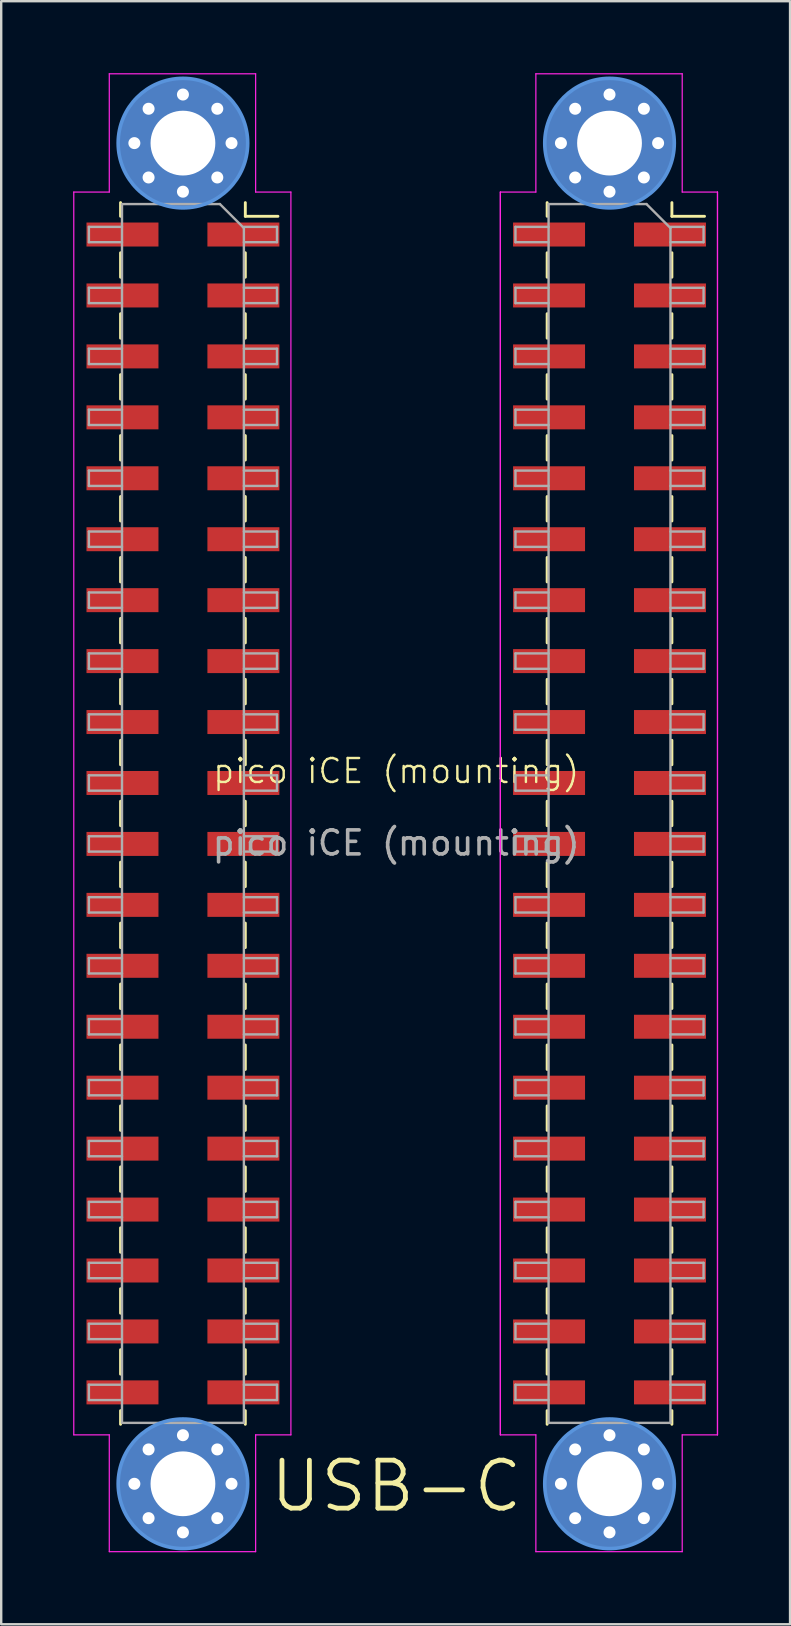
<source format=kicad_pcb>
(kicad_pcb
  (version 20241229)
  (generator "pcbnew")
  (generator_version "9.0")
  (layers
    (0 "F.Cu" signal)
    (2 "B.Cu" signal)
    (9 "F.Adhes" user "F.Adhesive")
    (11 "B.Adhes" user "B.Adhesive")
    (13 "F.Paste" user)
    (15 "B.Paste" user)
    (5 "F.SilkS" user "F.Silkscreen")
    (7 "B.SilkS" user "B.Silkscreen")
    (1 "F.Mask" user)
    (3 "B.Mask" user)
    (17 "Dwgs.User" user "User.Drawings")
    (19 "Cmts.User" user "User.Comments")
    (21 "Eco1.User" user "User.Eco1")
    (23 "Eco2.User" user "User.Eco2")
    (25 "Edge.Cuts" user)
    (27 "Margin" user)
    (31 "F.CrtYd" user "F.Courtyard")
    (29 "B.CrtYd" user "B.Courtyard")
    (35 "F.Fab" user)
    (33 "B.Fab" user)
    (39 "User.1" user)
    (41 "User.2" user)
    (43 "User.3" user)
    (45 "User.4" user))
  (footprint "pico iCE (mounting)"
    (layer "F.Cu")
    (at 13.465 29.585)
    (property "Reference" "pico iCE (mounting)" (at 0 -0.5 0) (unlocked yes) (layer "F.SilkS") (effects (font (size 1 1) (thickness 0.1))))
    (attr through_hole)
    (fp_line (start -11.49 -24.19) (end -11.49 -23.62) (stroke (width 0.12) (type solid)) (layer "F.SilkS"))
    (fp_line (start -11.49 -22.1) (end -11.49 -21.08) (stroke (width 0.12) (type solid)) (layer "F.SilkS"))
    (fp_line (start -11.49 -19.56) (end -11.49 -18.54) (stroke (width 0.12) (type solid)) (layer "F.SilkS"))
    (fp_line (start -11.49 -17.02) (end -11.49 -16) (stroke (width 0.12) (type solid)) (layer "F.SilkS"))
    (fp_line (start -11.49 -14.48) (end -11.49 -13.46) (stroke (width 0.12) (type solid)) (layer "F.SilkS"))
    (fp_line (start -11.49 -11.94) (end -11.49 -10.92) (stroke (width 0.12) (type solid)) (layer "F.SilkS"))
    (fp_line (start -11.49 -9.4) (end -11.49 -8.38) (stroke (width 0.12) (type solid)) (layer "F.SilkS"))
    (fp_line (start -11.49 -6.86) (end -11.49 -5.84) (stroke (width 0.12) (type solid)) (layer "F.SilkS"))
    (fp_line (start -11.49 -4.32) (end -11.49 -3.3) (stroke (width 0.12) (type solid)) (layer "F.SilkS"))
    (fp_line (start -11.49 -1.78) (end -11.49 -0.76) (stroke (width 0.12) (type solid)) (layer "F.SilkS"))
    (fp_line (start -11.49 0.76) (end -11.49 1.78) (stroke (width 0.12) (type solid)) (layer "F.SilkS"))
    (fp_line (start -11.49 3.3) (end -11.49 4.32) (stroke (width 0.12) (type solid)) (layer "F.SilkS"))
    (fp_line (start -11.49 5.84) (end -11.49 6.86) (stroke (width 0.12) (type solid)) (layer "F.SilkS"))
    (fp_line (start -11.49 8.38) (end -11.49 9.4) (stroke (width 0.12) (type solid)) (layer "F.SilkS"))
    (fp_line (start -11.49 10.92) (end -11.49 11.94) (stroke (width 0.12) (type solid)) (layer "F.SilkS"))
    (fp_line (start -11.49 13.46) (end -11.49 14.48) (stroke (width 0.12) (type solid)) (layer "F.SilkS"))
    (fp_line (start -11.49 16) (end -11.49 17.02) (stroke (width 0.12) (type solid)) (layer "F.SilkS"))
    (fp_line (start -11.49 18.54) (end -11.49 19.56) (stroke (width 0.12) (type solid)) (layer "F.SilkS"))
    (fp_line (start -11.49 21.08) (end -11.49 22.1) (stroke (width 0.12) (type solid)) (layer "F.SilkS"))
    (fp_line (start -11.49 23.62) (end -11.49 24.64) (stroke (width 0.12) (type solid)) (layer "F.SilkS"))
    (fp_line (start -11.49 26.16) (end -11.49 26.73) (stroke (width 0.12) (type solid)) (layer "F.SilkS"))
    (fp_line (start -6.29 -24.19) (end -6.29 -23.62) (stroke (width 0.12) (type solid)) (layer "F.SilkS"))
    (fp_line (start -6.29 -23.62) (end -4.93 -23.62) (stroke (width 0.12) (type solid)) (layer "F.SilkS"))
    (fp_line (start -6.29 -22.1) (end -6.29 -21.08) (stroke (width 0.12) (type solid)) (layer "F.SilkS"))
    (fp_line (start -6.29 -19.56) (end -6.29 -18.54) (stroke (width 0.12) (type solid)) (layer "F.SilkS"))
    (fp_line (start -6.29 -17.02) (end -6.29 -16) (stroke (width 0.12) (type solid)) (layer "F.SilkS"))
    (fp_line (start -6.29 -14.48) (end -6.29 -13.46) (stroke (width 0.12) (type solid)) (layer "F.SilkS"))
    (fp_line (start -6.29 -11.94) (end -6.29 -10.92) (stroke (width 0.12) (type solid)) (layer "F.SilkS"))
    (fp_line (start -6.29 -9.4) (end -6.29 -8.38) (stroke (width 0.12) (type solid)) (layer "F.SilkS"))
    (fp_line (start -6.29 -6.86) (end -6.29 -5.84) (stroke (width 0.12) (type solid)) (layer "F.SilkS"))
    (fp_line (start -6.29 -4.32) (end -6.29 -3.3) (stroke (width 0.12) (type solid)) (layer "F.SilkS"))
    (fp_line (start -6.29 -1.78) (end -6.29 -0.76) (stroke (width 0.12) (type solid)) (layer "F.SilkS"))
    (fp_line (start -6.29 0.76) (end -6.29 1.78) (stroke (width 0.12) (type solid)) (layer "F.SilkS"))
    (fp_line (start -6.29 3.3) (end -6.29 4.32) (stroke (width 0.12) (type solid)) (layer "F.SilkS"))
    (fp_line (start -6.29 5.84) (end -6.29 6.86) (stroke (width 0.12) (type solid)) (layer "F.SilkS"))
    (fp_line (start -6.29 8.38) (end -6.29 9.4) (stroke (width 0.12) (type solid)) (layer "F.SilkS"))
    (fp_line (start -6.29 10.92) (end -6.29 11.94) (stroke (width 0.12) (type solid)) (layer "F.SilkS"))
    (fp_line (start -6.29 13.46) (end -6.29 14.48) (stroke (width 0.12) (type solid)) (layer "F.SilkS"))
    (fp_line (start -6.29 16) (end -6.29 17.02) (stroke (width 0.12) (type solid)) (layer "F.SilkS"))
    (fp_line (start -6.29 18.54) (end -6.29 19.56) (stroke (width 0.12) (type solid)) (layer "F.SilkS"))
    (fp_line (start -6.29 21.08) (end -6.29 22.1) (stroke (width 0.12) (type solid)) (layer "F.SilkS"))
    (fp_line (start -6.29 23.62) (end -6.29 24.64) (stroke (width 0.12) (type solid)) (layer "F.SilkS"))
    (fp_line (start -6.29 26.16) (end -6.29 26.73) (stroke (width 0.12) (type solid)) (layer "F.SilkS"))
    (fp_line (start 6.29 -24.19) (end 6.29 -23.62) (stroke (width 0.12) (type solid)) (layer "F.SilkS"))
    (fp_line (start 6.29 -22.1) (end 6.29 -21.08) (stroke (width 0.12) (type solid)) (layer "F.SilkS"))
    (fp_line (start 6.29 -19.56) (end 6.29 -18.54) (stroke (width 0.12) (type solid)) (layer "F.SilkS"))
    (fp_line (start 6.29 -17.02) (end 6.29 -16) (stroke (width 0.12) (type solid)) (layer "F.SilkS"))
    (fp_line (start 6.29 -14.48) (end 6.29 -13.46) (stroke (width 0.12) (type solid)) (layer "F.SilkS"))
    (fp_line (start 6.29 -11.94) (end 6.29 -10.92) (stroke (width 0.12) (type solid)) (layer "F.SilkS"))
    (fp_line (start 6.29 -9.4) (end 6.29 -8.38) (stroke (width 0.12) (type solid)) (layer "F.SilkS"))
    (fp_line (start 6.29 -6.86) (end 6.29 -5.84) (stroke (width 0.12) (type solid)) (layer "F.SilkS"))
    (fp_line (start 6.29 -4.32) (end 6.29 -3.3) (stroke (width 0.12) (type solid)) (layer "F.SilkS"))
    (fp_line (start 6.29 -1.78) (end 6.29 -0.76) (stroke (width 0.12) (type solid)) (layer "F.SilkS"))
    (fp_line (start 6.29 0.76) (end 6.29 1.78) (stroke (width 0.12) (type solid)) (layer "F.SilkS"))
    (fp_line (start 6.29 3.3) (end 6.29 4.32) (stroke (width 0.12) (type solid)) (layer "F.SilkS"))
    (fp_line (start 6.29 5.84) (end 6.29 6.86) (stroke (width 0.12) (type solid)) (layer "F.SilkS"))
    (fp_line (start 6.29 8.38) (end 6.29 9.4) (stroke (width 0.12) (type solid)) (layer "F.SilkS"))
    (fp_line (start 6.29 10.92) (end 6.29 11.94) (stroke (width 0.12) (type solid)) (layer "F.SilkS"))
    (fp_line (start 6.29 13.46) (end 6.29 14.48) (stroke (width 0.12) (type solid)) (layer "F.SilkS"))
    (fp_line (start 6.29 16) (end 6.29 17.02) (stroke (width 0.12) (type solid)) (layer "F.SilkS"))
    (fp_line (start 6.29 18.54) (end 6.29 19.56) (stroke (width 0.12) (type solid)) (layer "F.SilkS"))
    (fp_line (start 6.29 21.08) (end 6.29 22.1) (stroke (width 0.12) (type solid)) (layer "F.SilkS"))
    (fp_line (start 6.29 23.62) (end 6.29 24.64) (stroke (width 0.12) (type solid)) (layer "F.SilkS"))
    (fp_line (start 6.29 26.16) (end 6.29 26.73) (stroke (width 0.12) (type solid)) (layer "F.SilkS"))
    (fp_line (start 11.49 -24.19) (end 11.49 -23.62) (stroke (width 0.12) (type solid)) (layer "F.SilkS"))
    (fp_line (start 11.49 -23.62) (end 12.85 -23.62) (stroke (width 0.12) (type solid)) (layer "F.SilkS"))
    (fp_line (start 11.49 -22.1) (end 11.49 -21.08) (stroke (width 0.12) (type solid)) (layer "F.SilkS"))
    (fp_line (start 11.49 -19.56) (end 11.49 -18.54) (stroke (width 0.12) (type solid)) (layer "F.SilkS"))
    (fp_line (start 11.49 -17.02) (end 11.49 -16) (stroke (width 0.12) (type solid)) (layer "F.SilkS"))
    (fp_line (start 11.49 -14.48) (end 11.49 -13.46) (stroke (width 0.12) (type solid)) (layer "F.SilkS"))
    (fp_line (start 11.49 -11.94) (end 11.49 -10.92) (stroke (width 0.12) (type solid)) (layer "F.SilkS"))
    (fp_line (start 11.49 -9.4) (end 11.49 -8.38) (stroke (width 0.12) (type solid)) (layer "F.SilkS"))
    (fp_line (start 11.49 -6.86) (end 11.49 -5.84) (stroke (width 0.12) (type solid)) (layer "F.SilkS"))
    (fp_line (start 11.49 -4.32) (end 11.49 -3.3) (stroke (width 0.12) (type solid)) (layer "F.SilkS"))
    (fp_line (start 11.49 -1.78) (end 11.49 -0.76) (stroke (width 0.12) (type solid)) (layer "F.SilkS"))
    (fp_line (start 11.49 0.76) (end 11.49 1.78) (stroke (width 0.12) (type solid)) (layer "F.SilkS"))
    (fp_line (start 11.49 3.3) (end 11.49 4.32) (stroke (width 0.12) (type solid)) (layer "F.SilkS"))
    (fp_line (start 11.49 5.84) (end 11.49 6.86) (stroke (width 0.12) (type solid)) (layer "F.SilkS"))
    (fp_line (start 11.49 8.38) (end 11.49 9.4) (stroke (width 0.12) (type solid)) (layer "F.SilkS"))
    (fp_line (start 11.49 10.92) (end 11.49 11.94) (stroke (width 0.12) (type solid)) (layer "F.SilkS"))
    (fp_line (start 11.49 13.46) (end 11.49 14.48) (stroke (width 0.12) (type solid)) (layer "F.SilkS"))
    (fp_line (start 11.49 16) (end 11.49 17.02) (stroke (width 0.12) (type solid)) (layer "F.SilkS"))
    (fp_line (start 11.49 18.54) (end 11.49 19.56) (stroke (width 0.12) (type solid)) (layer "F.SilkS"))
    (fp_line (start 11.49 21.08) (end 11.49 22.1) (stroke (width 0.12) (type solid)) (layer "F.SilkS"))
    (fp_line (start 11.49 23.62) (end 11.49 24.64) (stroke (width 0.12) (type solid)) (layer "F.SilkS"))
    (fp_line (start 11.49 26.16) (end 11.49 26.73) (stroke (width 0.12) (type solid)) (layer "F.SilkS"))
    (fp_circle (center -8.89 -26.67) (end -6.19 -26.67) (stroke (width 0.15) (type solid)) (fill no) (layer "Cmts.User"))
    (fp_circle (center -8.89 29.21) (end -6.19 29.21) (stroke (width 0.15) (type solid)) (fill no) (layer "Cmts.User"))
    (fp_circle (center 8.89 -26.67) (end 11.59 -26.67) (stroke (width 0.15) (type solid)) (fill no) (layer "Cmts.User"))
    (fp_circle (center 8.89 29.21) (end 11.59 29.21) (stroke (width 0.15) (type solid)) (fill no) (layer "Cmts.User"))
    (fp_line (start -13.44 -24.63) (end -11.96 -24.63) (stroke (width 0.05) (type solid)) (layer "F.CrtYd"))
    (fp_line (start -13.44 27.17) (end -13.44 -24.63) (stroke (width 0.05) (type solid)) (layer "F.CrtYd"))
    (fp_line (start -13.44 27.17) (end -11.96 27.17) (stroke (width 0.05) (type default)) (layer "F.CrtYd"))
    (fp_line (start -11.96 -29.56) (end -5.86 -29.56) (stroke (width 0.05) (type default)) (layer "F.CrtYd"))
    (fp_line (start -11.96 -24.63) (end -11.96 -29.56) (stroke (width 0.05) (type default)) (layer "F.CrtYd"))
    (fp_line (start -11.96 27.17) (end -11.96 32.04) (stroke (width 0.05) (type default)) (layer "F.CrtYd"))
    (fp_line (start -11.96 32.04) (end -5.86 32.04) (stroke (width 0.05) (type default)) (layer "F.CrtYd"))
    (fp_line (start -5.86 -24.63) (end -5.86 -29.56) (stroke (width 0.05) (type default)) (layer "F.CrtYd"))
    (fp_line (start -5.86 32.04) (end -5.86 27.17) (stroke (width 0.05) (type default)) (layer "F.CrtYd"))
    (fp_line (start -4.39 -24.63) (end -5.86 -24.63) (stroke (width 0.05) (type default)) (layer "F.CrtYd"))
    (fp_line (start -4.39 -24.63) (end -4.39 27.17) (stroke (width 0.05) (type solid)) (layer "F.CrtYd"))
    (fp_line (start -4.39 27.17) (end -5.86 27.17) (stroke (width 0.05) (type default)) (layer "F.CrtYd"))
    (fp_line (start 4.34 -24.63) (end 5.82 -24.63) (stroke (width 0.05) (type solid)) (layer "F.CrtYd"))
    (fp_line (start 4.34 27.17) (end 4.34 -24.63) (stroke (width 0.05) (type solid)) (layer "F.CrtYd"))
    (fp_line (start 4.34 27.17) (end 4.34 -24.63) (stroke (width 0.05) (type solid)) (layer "F.CrtYd"))
    (fp_line (start 4.34 27.17) (end 5.82 27.17) (stroke (width 0.05) (type default)) (layer "F.CrtYd"))
    (fp_line (start 5.82 -29.56) (end 11.92 -29.56) (stroke (width 0.05) (type default)) (layer "F.CrtYd"))
    (fp_line (start 5.82 -24.63) (end 5.82 -29.56) (stroke (width 0.05) (type default)) (layer "F.CrtYd"))
    (fp_line (start 5.82 27.17) (end 5.82 32.04) (stroke (width 0.05) (type default)) (layer "F.CrtYd"))
    (fp_line (start 5.82 32.04) (end 11.92 32.04) (stroke (width 0.05) (type default)) (layer "F.CrtYd"))
    (fp_line (start 11.92 -24.63) (end 11.92 -29.56) (stroke (width 0.05) (type default)) (layer "F.CrtYd"))
    (fp_line (start 11.92 32.04) (end 11.92 27.17) (stroke (width 0.05) (type default)) (layer "F.CrtYd"))
    (fp_line (start 13.39 -24.63) (end 11.92 -24.63) (stroke (width 0.05) (type default)) (layer "F.CrtYd"))
    (fp_line (start 13.39 -24.63) (end 13.39 27.17) (stroke (width 0.05) (type solid)) (layer "F.CrtYd"))
    (fp_line (start 13.39 -24.63) (end 13.39 27.17) (stroke (width 0.05) (type solid)) (layer "F.CrtYd"))
    (fp_line (start 13.39 27.17) (end 11.92 27.17) (stroke (width 0.05) (type default)) (layer "F.CrtYd"))
    (fp_line (start -12.81 -23.18) (end -11.43 -23.18) (stroke (width 0.1) (type solid)) (layer "F.Fab"))
    (fp_line (start -12.81 -22.54) (end -12.81 -23.18) (stroke (width 0.1) (type solid)) (layer "F.Fab"))
    (fp_line (start -12.81 -20.64) (end -11.43 -20.64) (stroke (width 0.1) (type solid)) (layer "F.Fab"))
    (fp_line (start -12.81 -20) (end -12.81 -20.64) (stroke (width 0.1) (type solid)) (layer "F.Fab"))
    (fp_line (start -12.81 -18.1) (end -11.43 -18.1) (stroke (width 0.1) (type solid)) (layer "F.Fab"))
    (fp_line (start -12.81 -17.46) (end -12.81 -18.1) (stroke (width 0.1) (type solid)) (layer "F.Fab"))
    (fp_line (start -12.81 -15.56) (end -11.43 -15.56) (stroke (width 0.1) (type solid)) (layer "F.Fab"))
    (fp_line (start -12.81 -14.92) (end -12.81 -15.56) (stroke (width 0.1) (type solid)) (layer "F.Fab"))
    (fp_line (start -12.81 -13.02) (end -11.43 -13.02) (stroke (width 0.1) (type solid)) (layer "F.Fab"))
    (fp_line (start -12.81 -12.38) (end -12.81 -13.02) (stroke (width 0.1) (type solid)) (layer "F.Fab"))
    (fp_line (start -12.81 -10.48) (end -11.43 -10.48) (stroke (width 0.1) (type solid)) (layer "F.Fab"))
    (fp_line (start -12.81 -9.84) (end -12.81 -10.48) (stroke (width 0.1) (type solid)) (layer "F.Fab"))
    (fp_line (start -12.81 -7.94) (end -11.43 -7.94) (stroke (width 0.1) (type solid)) (layer "F.Fab"))
    (fp_line (start -12.81 -7.3) (end -12.81 -7.94) (stroke (width 0.1) (type solid)) (layer "F.Fab"))
    (fp_line (start -12.81 -5.4) (end -11.43 -5.4) (stroke (width 0.1) (type solid)) (layer "F.Fab"))
    (fp_line (start -12.81 -4.76) (end -12.81 -5.4) (stroke (width 0.1) (type solid)) (layer "F.Fab"))
    (fp_line (start -12.81 -2.86) (end -11.43 -2.86) (stroke (width 0.1) (type solid)) (layer "F.Fab"))
    (fp_line (start -12.81 -2.22) (end -12.81 -2.86) (stroke (width 0.1) (type solid)) (layer "F.Fab"))
    (fp_line (start -12.81 -0.32) (end -11.43 -0.32) (stroke (width 0.1) (type solid)) (layer "F.Fab"))
    (fp_line (start -12.81 0.32) (end -12.81 -0.32) (stroke (width 0.1) (type solid)) (layer "F.Fab"))
    (fp_line (start -12.81 2.22) (end -11.43 2.22) (stroke (width 0.1) (type solid)) (layer "F.Fab"))
    (fp_line (start -12.81 2.86) (end -12.81 2.22) (stroke (width 0.1) (type solid)) (layer "F.Fab"))
    (fp_line (start -12.81 4.76) (end -11.43 4.76) (stroke (width 0.1) (type solid)) (layer "F.Fab"))
    (fp_line (start -12.81 5.4) (end -12.81 4.76) (stroke (width 0.1) (type solid)) (layer "F.Fab"))
    (fp_line (start -12.81 7.3) (end -11.43 7.3) (stroke (width 0.1) (type solid)) (layer "F.Fab"))
    (fp_line (start -12.81 7.94) (end -12.81 7.3) (stroke (width 0.1) (type solid)) (layer "F.Fab"))
    (fp_line (start -12.81 9.84) (end -11.43 9.84) (stroke (width 0.1) (type solid)) (layer "F.Fab"))
    (fp_line (start -12.81 10.48) (end -12.81 9.84) (stroke (width 0.1) (type solid)) (layer "F.Fab"))
    (fp_line (start -12.81 12.38) (end -11.43 12.38) (stroke (width 0.1) (type solid)) (layer "F.Fab"))
    (fp_line (start -12.81 13.02) (end -12.81 12.38) (stroke (width 0.1) (type solid)) (layer "F.Fab"))
    (fp_line (start -12.81 14.92) (end -11.43 14.92) (stroke (width 0.1) (type solid)) (layer "F.Fab"))
    (fp_line (start -12.81 15.56) (end -12.81 14.92) (stroke (width 0.1) (type solid)) (layer "F.Fab"))
    (fp_line (start -12.81 17.46) (end -11.43 17.46) (stroke (width 0.1) (type solid)) (layer "F.Fab"))
    (fp_line (start -12.81 18.1) (end -12.81 17.46) (stroke (width 0.1) (type solid)) (layer "F.Fab"))
    (fp_line (start -12.81 20) (end -11.43 20) (stroke (width 0.1) (type solid)) (layer "F.Fab"))
    (fp_line (start -12.81 20.64) (end -12.81 20) (stroke (width 0.1) (type solid)) (layer "F.Fab"))
    (fp_line (start -12.81 22.54) (end -11.43 22.54) (stroke (width 0.1) (type solid)) (layer "F.Fab"))
    (fp_line (start -12.81 23.18) (end -12.81 22.54) (stroke (width 0.1) (type solid)) (layer "F.Fab"))
    (fp_line (start -12.81 25.08) (end -11.43 25.08) (stroke (width 0.1) (type solid)) (layer "F.Fab"))
    (fp_line (start -12.81 25.72) (end -12.81 25.08) (stroke (width 0.1) (type solid)) (layer "F.Fab"))
    (fp_line (start -11.43 -24.13) (end -7.35 -24.13) (stroke (width 0.1) (type solid)) (layer "F.Fab"))
    (fp_line (start -11.43 -22.54) (end -12.81 -22.54) (stroke (width 0.1) (type solid)) (layer "F.Fab"))
    (fp_line (start -11.43 -20) (end -12.81 -20) (stroke (width 0.1) (type solid)) (layer "F.Fab"))
    (fp_line (start -11.43 -17.46) (end -12.81 -17.46) (stroke (width 0.1) (type solid)) (layer "F.Fab"))
    (fp_line (start -11.43 -14.92) (end -12.81 -14.92) (stroke (width 0.1) (type solid)) (layer "F.Fab"))
    (fp_line (start -11.43 -12.38) (end -12.81 -12.38) (stroke (width 0.1) (type solid)) (layer "F.Fab"))
    (fp_line (start -11.43 -9.84) (end -12.81 -9.84) (stroke (width 0.1) (type solid)) (layer "F.Fab"))
    (fp_line (start -11.43 -7.3) (end -12.81 -7.3) (stroke (width 0.1) (type solid)) (layer "F.Fab"))
    (fp_line (start -11.43 -4.76) (end -12.81 -4.76) (stroke (width 0.1) (type solid)) (layer "F.Fab"))
    (fp_line (start -11.43 -2.22) (end -12.81 -2.22) (stroke (width 0.1) (type solid)) (layer "F.Fab"))
    (fp_line (start -11.43 0.32) (end -12.81 0.32) (stroke (width 0.1) (type solid)) (layer "F.Fab"))
    (fp_line (start -11.43 2.86) (end -12.81 2.86) (stroke (width 0.1) (type solid)) (layer "F.Fab"))
    (fp_line (start -11.43 5.4) (end -12.81 5.4) (stroke (width 0.1) (type solid)) (layer "F.Fab"))
    (fp_line (start -11.43 7.94) (end -12.81 7.94) (stroke (width 0.1) (type solid)) (layer "F.Fab"))
    (fp_line (start -11.43 10.48) (end -12.81 10.48) (stroke (width 0.1) (type solid)) (layer "F.Fab"))
    (fp_line (start -11.43 13.02) (end -12.81 13.02) (stroke (width 0.1) (type solid)) (layer "F.Fab"))
    (fp_line (start -11.43 15.56) (end -12.81 15.56) (stroke (width 0.1) (type solid)) (layer "F.Fab"))
    (fp_line (start -11.43 18.1) (end -12.81 18.1) (stroke (width 0.1) (type solid)) (layer "F.Fab"))
    (fp_line (start -11.43 20.64) (end -12.81 20.64) (stroke (width 0.1) (type solid)) (layer "F.Fab"))
    (fp_line (start -11.43 23.18) (end -12.81 23.18) (stroke (width 0.1) (type solid)) (layer "F.Fab"))
    (fp_line (start -11.43 25.72) (end -12.81 25.72) (stroke (width 0.1) (type solid)) (layer "F.Fab"))
    (fp_line (start -11.43 26.67) (end -11.43 -24.13) (stroke (width 0.1) (type solid)) (layer "F.Fab"))
    (fp_line (start -7.35 -24.13) (end -6.35 -23.13) (stroke (width 0.1) (type solid)) (layer "F.Fab"))
    (fp_line (start -6.35 -23.18) (end -4.97 -23.18) (stroke (width 0.1) (type solid)) (layer "F.Fab"))
    (fp_line (start -6.35 -23.13) (end -6.35 26.67) (stroke (width 0.1) (type solid)) (layer "F.Fab"))
    (fp_line (start -6.35 -20.64) (end -4.97 -20.64) (stroke (width 0.1) (type solid)) (layer "F.Fab"))
    (fp_line (start -6.35 -18.1) (end -4.97 -18.1) (stroke (width 0.1) (type solid)) (layer "F.Fab"))
    (fp_line (start -6.35 -15.56) (end -4.97 -15.56) (stroke (width 0.1) (type solid)) (layer "F.Fab"))
    (fp_line (start -6.35 -13.02) (end -4.97 -13.02) (stroke (width 0.1) (type solid)) (layer "F.Fab"))
    (fp_line (start -6.35 -10.48) (end -4.97 -10.48) (stroke (width 0.1) (type solid)) (layer "F.Fab"))
    (fp_line (start -6.35 -7.94) (end -4.97 -7.94) (stroke (width 0.1) (type solid)) (layer "F.Fab"))
    (fp_line (start -6.35 -5.4) (end -4.97 -5.4) (stroke (width 0.1) (type solid)) (layer "F.Fab"))
    (fp_line (start -6.35 -2.86) (end -4.97 -2.86) (stroke (width 0.1) (type solid)) (layer "F.Fab"))
    (fp_line (start -6.35 -0.32) (end -4.97 -0.32) (stroke (width 0.1) (type solid)) (layer "F.Fab"))
    (fp_line (start -6.35 2.22) (end -4.97 2.22) (stroke (width 0.1) (type solid)) (layer "F.Fab"))
    (fp_line (start -6.35 4.76) (end -4.97 4.76) (stroke (width 0.1) (type solid)) (layer "F.Fab"))
    (fp_line (start -6.35 7.3) (end -4.97 7.3) (stroke (width 0.1) (type solid)) (layer "F.Fab"))
    (fp_line (start -6.35 9.84) (end -4.97 9.84) (stroke (width 0.1) (type solid)) (layer "F.Fab"))
    (fp_line (start -6.35 12.38) (end -4.97 12.38) (stroke (width 0.1) (type solid)) (layer "F.Fab"))
    (fp_line (start -6.35 14.92) (end -4.97 14.92) (stroke (width 0.1) (type solid)) (layer "F.Fab"))
    (fp_line (start -6.35 17.46) (end -4.97 17.46) (stroke (width 0.1) (type solid)) (layer "F.Fab"))
    (fp_line (start -6.35 20) (end -4.97 20) (stroke (width 0.1) (type solid)) (layer "F.Fab"))
    (fp_line (start -6.35 22.54) (end -4.97 22.54) (stroke (width 0.1) (type solid)) (layer "F.Fab"))
    (fp_line (start -6.35 25.08) (end -4.97 25.08) (stroke (width 0.1) (type solid)) (layer "F.Fab"))
    (fp_line (start -6.35 26.67) (end -11.43 26.67) (stroke (width 0.1) (type solid)) (layer "F.Fab"))
    (fp_line (start -4.97 -23.18) (end -4.97 -22.54) (stroke (width 0.1) (type solid)) (layer "F.Fab"))
    (fp_line (start -4.97 -22.54) (end -6.35 -22.54) (stroke (width 0.1) (type solid)) (layer "F.Fab"))
    (fp_line (start -4.97 -20.64) (end -4.97 -20) (stroke (width 0.1) (type solid)) (layer "F.Fab"))
    (fp_line (start -4.97 -20) (end -6.35 -20) (stroke (width 0.1) (type solid)) (layer "F.Fab"))
    (fp_line (start -4.97 -18.1) (end -4.97 -17.46) (stroke (width 0.1) (type solid)) (layer "F.Fab"))
    (fp_line (start -4.97 -17.46) (end -6.35 -17.46) (stroke (width 0.1) (type solid)) (layer "F.Fab"))
    (fp_line (start -4.97 -15.56) (end -4.97 -14.92) (stroke (width 0.1) (type solid)) (layer "F.Fab"))
    (fp_line (start -4.97 -14.92) (end -6.35 -14.92) (stroke (width 0.1) (type solid)) (layer "F.Fab"))
    (fp_line (start -4.97 -13.02) (end -4.97 -12.38) (stroke (width 0.1) (type solid)) (layer "F.Fab"))
    (fp_line (start -4.97 -12.38) (end -6.35 -12.38) (stroke (width 0.1) (type solid)) (layer "F.Fab"))
    (fp_line (start -4.97 -10.48) (end -4.97 -9.84) (stroke (width 0.1) (type solid)) (layer "F.Fab"))
    (fp_line (start -4.97 -9.84) (end -6.35 -9.84) (stroke (width 0.1) (type solid)) (layer "F.Fab"))
    (fp_line (start -4.97 -7.94) (end -4.97 -7.3) (stroke (width 0.1) (type solid)) (layer "F.Fab"))
    (fp_line (start -4.97 -7.3) (end -6.35 -7.3) (stroke (width 0.1) (type solid)) (layer "F.Fab"))
    (fp_line (start -4.97 -5.4) (end -4.97 -4.76) (stroke (width 0.1) (type solid)) (layer "F.Fab"))
    (fp_line (start -4.97 -4.76) (end -6.35 -4.76) (stroke (width 0.1) (type solid)) (layer "F.Fab"))
    (fp_line (start -4.97 -2.86) (end -4.97 -2.22) (stroke (width 0.1) (type solid)) (layer "F.Fab"))
    (fp_line (start -4.97 -2.22) (end -6.35 -2.22) (stroke (width 0.1) (type solid)) (layer "F.Fab"))
    (fp_line (start -4.97 -0.32) (end -4.97 0.32) (stroke (width 0.1) (type solid)) (layer "F.Fab"))
    (fp_line (start -4.97 0.32) (end -6.35 0.32) (stroke (width 0.1) (type solid)) (layer "F.Fab"))
    (fp_line (start -4.97 2.22) (end -4.97 2.86) (stroke (width 0.1) (type solid)) (layer "F.Fab"))
    (fp_line (start -4.97 2.86) (end -6.35 2.86) (stroke (width 0.1) (type solid)) (layer "F.Fab"))
    (fp_line (start -4.97 4.76) (end -4.97 5.4) (stroke (width 0.1) (type solid)) (layer "F.Fab"))
    (fp_line (start -4.97 5.4) (end -6.35 5.4) (stroke (width 0.1) (type solid)) (layer "F.Fab"))
    (fp_line (start -4.97 7.3) (end -4.97 7.94) (stroke (width 0.1) (type solid)) (layer "F.Fab"))
    (fp_line (start -4.97 7.94) (end -6.35 7.94) (stroke (width 0.1) (type solid)) (layer "F.Fab"))
    (fp_line (start -4.97 9.84) (end -4.97 10.48) (stroke (width 0.1) (type solid)) (layer "F.Fab"))
    (fp_line (start -4.97 10.48) (end -6.35 10.48) (stroke (width 0.1) (type solid)) (layer "F.Fab"))
    (fp_line (start -4.97 12.38) (end -4.97 13.02) (stroke (width 0.1) (type solid)) (layer "F.Fab"))
    (fp_line (start -4.97 13.02) (end -6.35 13.02) (stroke (width 0.1) (type solid)) (layer "F.Fab"))
    (fp_line (start -4.97 14.92) (end -4.97 15.56) (stroke (width 0.1) (type solid)) (layer "F.Fab"))
    (fp_line (start -4.97 15.56) (end -6.35 15.56) (stroke (width 0.1) (type solid)) (layer "F.Fab"))
    (fp_line (start -4.97 17.46) (end -4.97 18.1) (stroke (width 0.1) (type solid)) (layer "F.Fab"))
    (fp_line (start -4.97 18.1) (end -6.35 18.1) (stroke (width 0.1) (type solid)) (layer "F.Fab"))
    (fp_line (start -4.97 20) (end -4.97 20.64) (stroke (width 0.1) (type solid)) (layer "F.Fab"))
    (fp_line (start -4.97 20.64) (end -6.35 20.64) (stroke (width 0.1) (type solid)) (layer "F.Fab"))
    (fp_line (start -4.97 22.54) (end -4.97 23.18) (stroke (width 0.1) (type solid)) (layer "F.Fab"))
    (fp_line (start -4.97 23.18) (end -6.35 23.18) (stroke (width 0.1) (type solid)) (layer "F.Fab"))
    (fp_line (start -4.97 25.08) (end -4.97 25.72) (stroke (width 0.1) (type solid)) (layer "F.Fab"))
    (fp_line (start -4.97 25.72) (end -6.35 25.72) (stroke (width 0.1) (type solid)) (layer "F.Fab"))
    (fp_line (start 4.97 -23.18) (end 6.35 -23.18) (stroke (width 0.1) (type solid)) (layer "F.Fab"))
    (fp_line (start 4.97 -22.54) (end 4.97 -23.18) (stroke (width 0.1) (type solid)) (layer "F.Fab"))
    (fp_line (start 4.97 -20.64) (end 6.35 -20.64) (stroke (width 0.1) (type solid)) (layer "F.Fab"))
    (fp_line (start 4.97 -20) (end 4.97 -20.64) (stroke (width 0.1) (type solid)) (layer "F.Fab"))
    (fp_line (start 4.97 -18.1) (end 6.35 -18.1) (stroke (width 0.1) (type solid)) (layer "F.Fab"))
    (fp_line (start 4.97 -17.46) (end 4.97 -18.1) (stroke (width 0.1) (type solid)) (layer "F.Fab"))
    (fp_line (start 4.97 -15.56) (end 6.35 -15.56) (stroke (width 0.1) (type solid)) (layer "F.Fab"))
    (fp_line (start 4.97 -14.92) (end 4.97 -15.56) (stroke (width 0.1) (type solid)) (layer "F.Fab"))
    (fp_line (start 4.97 -13.02) (end 6.35 -13.02) (stroke (width 0.1) (type solid)) (layer "F.Fab"))
    (fp_line (start 4.97 -12.38) (end 4.97 -13.02) (stroke (width 0.1) (type solid)) (layer "F.Fab"))
    (fp_line (start 4.97 -10.48) (end 6.35 -10.48) (stroke (width 0.1) (type solid)) (layer "F.Fab"))
    (fp_line (start 4.97 -9.84) (end 4.97 -10.48) (stroke (width 0.1) (type solid)) (layer "F.Fab"))
    (fp_line (start 4.97 -7.94) (end 6.35 -7.94) (stroke (width 0.1) (type solid)) (layer "F.Fab"))
    (fp_line (start 4.97 -7.3) (end 4.97 -7.94) (stroke (width 0.1) (type solid)) (layer "F.Fab"))
    (fp_line (start 4.97 -5.4) (end 6.35 -5.4) (stroke (width 0.1) (type solid)) (layer "F.Fab"))
    (fp_line (start 4.97 -4.76) (end 4.97 -5.4) (stroke (width 0.1) (type solid)) (layer "F.Fab"))
    (fp_line (start 4.97 -2.86) (end 6.35 -2.86) (stroke (width 0.1) (type solid)) (layer "F.Fab"))
    (fp_line (start 4.97 -2.22) (end 4.97 -2.86) (stroke (width 0.1) (type solid)) (layer "F.Fab"))
    (fp_line (start 4.97 -0.32) (end 6.35 -0.32) (stroke (width 0.1) (type solid)) (layer "F.Fab"))
    (fp_line (start 4.97 0.32) (end 4.97 -0.32) (stroke (width 0.1) (type solid)) (layer "F.Fab"))
    (fp_line (start 4.97 2.22) (end 6.35 2.22) (stroke (width 0.1) (type solid)) (layer "F.Fab"))
    (fp_line (start 4.97 2.86) (end 4.97 2.22) (stroke (width 0.1) (type solid)) (layer "F.Fab"))
    (fp_line (start 4.97 4.76) (end 6.35 4.76) (stroke (width 0.1) (type solid)) (layer "F.Fab"))
    (fp_line (start 4.97 5.4) (end 4.97 4.76) (stroke (width 0.1) (type solid)) (layer "F.Fab"))
    (fp_line (start 4.97 7.3) (end 6.35 7.3) (stroke (width 0.1) (type solid)) (layer "F.Fab"))
    (fp_line (start 4.97 7.94) (end 4.97 7.3) (stroke (width 0.1) (type solid)) (layer "F.Fab"))
    (fp_line (start 4.97 9.84) (end 6.35 9.84) (stroke (width 0.1) (type solid)) (layer "F.Fab"))
    (fp_line (start 4.97 10.48) (end 4.97 9.84) (stroke (width 0.1) (type solid)) (layer "F.Fab"))
    (fp_line (start 4.97 12.38) (end 6.35 12.38) (stroke (width 0.1) (type solid)) (layer "F.Fab"))
    (fp_line (start 4.97 13.02) (end 4.97 12.38) (stroke (width 0.1) (type solid)) (layer "F.Fab"))
    (fp_line (start 4.97 14.92) (end 6.35 14.92) (stroke (width 0.1) (type solid)) (layer "F.Fab"))
    (fp_line (start 4.97 15.56) (end 4.97 14.92) (stroke (width 0.1) (type solid)) (layer "F.Fab"))
    (fp_line (start 4.97 17.46) (end 6.35 17.46) (stroke (width 0.1) (type solid)) (layer "F.Fab"))
    (fp_line (start 4.97 18.1) (end 4.97 17.46) (stroke (width 0.1) (type solid)) (layer "F.Fab"))
    (fp_line (start 4.97 20) (end 6.35 20) (stroke (width 0.1) (type solid)) (layer "F.Fab"))
    (fp_line (start 4.97 20.64) (end 4.97 20) (stroke (width 0.1) (type solid)) (layer "F.Fab"))
    (fp_line (start 4.97 22.54) (end 6.35 22.54) (stroke (width 0.1) (type solid)) (layer "F.Fab"))
    (fp_line (start 4.97 23.18) (end 4.97 22.54) (stroke (width 0.1) (type solid)) (layer "F.Fab"))
    (fp_line (start 4.97 25.08) (end 6.35 25.08) (stroke (width 0.1) (type solid)) (layer "F.Fab"))
    (fp_line (start 4.97 25.72) (end 4.97 25.08) (stroke (width 0.1) (type solid)) (layer "F.Fab"))
    (fp_line (start 6.35 -24.13) (end 10.43 -24.13) (stroke (width 0.1) (type solid)) (layer "F.Fab"))
    (fp_line (start 6.35 -22.54) (end 4.97 -22.54) (stroke (width 0.1) (type solid)) (layer "F.Fab"))
    (fp_line (start 6.35 -20) (end 4.97 -20) (stroke (width 0.1) (type solid)) (layer "F.Fab"))
    (fp_line (start 6.35 -17.46) (end 4.97 -17.46) (stroke (width 0.1) (type solid)) (layer "F.Fab"))
    (fp_line (start 6.35 -14.92) (end 4.97 -14.92) (stroke (width 0.1) (type solid)) (layer "F.Fab"))
    (fp_line (start 6.35 -12.38) (end 4.97 -12.38) (stroke (width 0.1) (type solid)) (layer "F.Fab"))
    (fp_line (start 6.35 -9.84) (end 4.97 -9.84) (stroke (width 0.1) (type solid)) (layer "F.Fab"))
    (fp_line (start 6.35 -7.3) (end 4.97 -7.3) (stroke (width 0.1) (type solid)) (layer "F.Fab"))
    (fp_line (start 6.35 -4.76) (end 4.97 -4.76) (stroke (width 0.1) (type solid)) (layer "F.Fab"))
    (fp_line (start 6.35 -2.22) (end 4.97 -2.22) (stroke (width 0.1) (type solid)) (layer "F.Fab"))
    (fp_line (start 6.35 0.32) (end 4.97 0.32) (stroke (width 0.1) (type solid)) (layer "F.Fab"))
    (fp_line (start 6.35 2.86) (end 4.97 2.86) (stroke (width 0.1) (type solid)) (layer "F.Fab"))
    (fp_line (start 6.35 5.4) (end 4.97 5.4) (stroke (width 0.1) (type solid)) (layer "F.Fab"))
    (fp_line (start 6.35 7.94) (end 4.97 7.94) (stroke (width 0.1) (type solid)) (layer "F.Fab"))
    (fp_line (start 6.35 10.48) (end 4.97 10.48) (stroke (width 0.1) (type solid)) (layer "F.Fab"))
    (fp_line (start 6.35 13.02) (end 4.97 13.02) (stroke (width 0.1) (type solid)) (layer "F.Fab"))
    (fp_line (start 6.35 15.56) (end 4.97 15.56) (stroke (width 0.1) (type solid)) (layer "F.Fab"))
    (fp_line (start 6.35 18.1) (end 4.97 18.1) (stroke (width 0.1) (type solid)) (layer "F.Fab"))
    (fp_line (start 6.35 20.64) (end 4.97 20.64) (stroke (width 0.1) (type solid)) (layer "F.Fab"))
    (fp_line (start 6.35 23.18) (end 4.97 23.18) (stroke (width 0.1) (type solid)) (layer "F.Fab"))
    (fp_line (start 6.35 25.72) (end 4.97 25.72) (stroke (width 0.1) (type solid)) (layer "F.Fab"))
    (fp_line (start 6.35 26.67) (end 6.35 -24.13) (stroke (width 0.1) (type solid)) (layer "F.Fab"))
    (fp_line (start 10.43 -24.13) (end 11.43 -23.13) (stroke (width 0.1) (type solid)) (layer "F.Fab"))
    (fp_line (start 11.43 -23.18) (end 12.81 -23.18) (stroke (width 0.1) (type solid)) (layer "F.Fab"))
    (fp_line (start 11.43 -23.13) (end 11.43 26.67) (stroke (width 0.1) (type solid)) (layer "F.Fab"))
    (fp_line (start 11.43 -20.64) (end 12.81 -20.64) (stroke (width 0.1) (type solid)) (layer "F.Fab"))
    (fp_line (start 11.43 -18.1) (end 12.81 -18.1) (stroke (width 0.1) (type solid)) (layer "F.Fab"))
    (fp_line (start 11.43 -15.56) (end 12.81 -15.56) (stroke (width 0.1) (type solid)) (layer "F.Fab"))
    (fp_line (start 11.43 -13.02) (end 12.81 -13.02) (stroke (width 0.1) (type solid)) (layer "F.Fab"))
    (fp_line (start 11.43 -10.48) (end 12.81 -10.48) (stroke (width 0.1) (type solid)) (layer "F.Fab"))
    (fp_line (start 11.43 -7.94) (end 12.81 -7.94) (stroke (width 0.1) (type solid)) (layer "F.Fab"))
    (fp_line (start 11.43 -5.4) (end 12.81 -5.4) (stroke (width 0.1) (type solid)) (layer "F.Fab"))
    (fp_line (start 11.43 -2.86) (end 12.81 -2.86) (stroke (width 0.1) (type solid)) (layer "F.Fab"))
    (fp_line (start 11.43 -0.32) (end 12.81 -0.32) (stroke (width 0.1) (type solid)) (layer "F.Fab"))
    (fp_line (start 11.43 2.22) (end 12.81 2.22) (stroke (width 0.1) (type solid)) (layer "F.Fab"))
    (fp_line (start 11.43 4.76) (end 12.81 4.76) (stroke (width 0.1) (type solid)) (layer "F.Fab"))
    (fp_line (start 11.43 7.3) (end 12.81 7.3) (stroke (width 0.1) (type solid)) (layer "F.Fab"))
    (fp_line (start 11.43 9.84) (end 12.81 9.84) (stroke (width 0.1) (type solid)) (layer "F.Fab"))
    (fp_line (start 11.43 12.38) (end 12.81 12.38) (stroke (width 0.1) (type solid)) (layer "F.Fab"))
    (fp_line (start 11.43 14.92) (end 12.81 14.92) (stroke (width 0.1) (type solid)) (layer "F.Fab"))
    (fp_line (start 11.43 17.46) (end 12.81 17.46) (stroke (width 0.1) (type solid)) (layer "F.Fab"))
    (fp_line (start 11.43 20) (end 12.81 20) (stroke (width 0.1) (type solid)) (layer "F.Fab"))
    (fp_line (start 11.43 22.54) (end 12.81 22.54) (stroke (width 0.1) (type solid)) (layer "F.Fab"))
    (fp_line (start 11.43 25.08) (end 12.81 25.08) (stroke (width 0.1) (type solid)) (layer "F.Fab"))
    (fp_line (start 11.43 26.67) (end 6.35 26.67) (stroke (width 0.1) (type solid)) (layer "F.Fab"))
    (fp_line (start 12.81 -23.18) (end 12.81 -22.54) (stroke (width 0.1) (type solid)) (layer "F.Fab"))
    (fp_line (start 12.81 -22.54) (end 11.43 -22.54) (stroke (width 0.1) (type solid)) (layer "F.Fab"))
    (fp_line (start 12.81 -20.64) (end 12.81 -20) (stroke (width 0.1) (type solid)) (layer "F.Fab"))
    (fp_line (start 12.81 -20) (end 11.43 -20) (stroke (width 0.1) (type solid)) (layer "F.Fab"))
    (fp_line (start 12.81 -18.1) (end 12.81 -17.46) (stroke (width 0.1) (type solid)) (layer "F.Fab"))
    (fp_line (start 12.81 -17.46) (end 11.43 -17.46) (stroke (width 0.1) (type solid)) (layer "F.Fab"))
    (fp_line (start 12.81 -15.56) (end 12.81 -14.92) (stroke (width 0.1) (type solid)) (layer "F.Fab"))
    (fp_line (start 12.81 -14.92) (end 11.43 -14.92) (stroke (width 0.1) (type solid)) (layer "F.Fab"))
    (fp_line (start 12.81 -13.02) (end 12.81 -12.38) (stroke (width 0.1) (type solid)) (layer "F.Fab"))
    (fp_line (start 12.81 -12.38) (end 11.43 -12.38) (stroke (width 0.1) (type solid)) (layer "F.Fab"))
    (fp_line (start 12.81 -10.48) (end 12.81 -9.84) (stroke (width 0.1) (type solid)) (layer "F.Fab"))
    (fp_line (start 12.81 -9.84) (end 11.43 -9.84) (stroke (width 0.1) (type solid)) (layer "F.Fab"))
    (fp_line (start 12.81 -7.94) (end 12.81 -7.3) (stroke (width 0.1) (type solid)) (layer "F.Fab"))
    (fp_line (start 12.81 -7.3) (end 11.43 -7.3) (stroke (width 0.1) (type solid)) (layer "F.Fab"))
    (fp_line (start 12.81 -5.4) (end 12.81 -4.76) (stroke (width 0.1) (type solid)) (layer "F.Fab"))
    (fp_line (start 12.81 -4.76) (end 11.43 -4.76) (stroke (width 0.1) (type solid)) (layer "F.Fab"))
    (fp_line (start 12.81 -2.86) (end 12.81 -2.22) (stroke (width 0.1) (type solid)) (layer "F.Fab"))
    (fp_line (start 12.81 -2.22) (end 11.43 -2.22) (stroke (width 0.1) (type solid)) (layer "F.Fab"))
    (fp_line (start 12.81 -0.32) (end 12.81 0.32) (stroke (width 0.1) (type solid)) (layer "F.Fab"))
    (fp_line (start 12.81 0.32) (end 11.43 0.32) (stroke (width 0.1) (type solid)) (layer "F.Fab"))
    (fp_line (start 12.81 2.22) (end 12.81 2.86) (stroke (width 0.1) (type solid)) (layer "F.Fab"))
    (fp_line (start 12.81 2.86) (end 11.43 2.86) (stroke (width 0.1) (type solid)) (layer "F.Fab"))
    (fp_line (start 12.81 4.76) (end 12.81 5.4) (stroke (width 0.1) (type solid)) (layer "F.Fab"))
    (fp_line (start 12.81 5.4) (end 11.43 5.4) (stroke (width 0.1) (type solid)) (layer "F.Fab"))
    (fp_line (start 12.81 7.3) (end 12.81 7.94) (stroke (width 0.1) (type solid)) (layer "F.Fab"))
    (fp_line (start 12.81 7.94) (end 11.43 7.94) (stroke (width 0.1) (type solid)) (layer "F.Fab"))
    (fp_line (start 12.81 9.84) (end 12.81 10.48) (stroke (width 0.1) (type solid)) (layer "F.Fab"))
    (fp_line (start 12.81 10.48) (end 11.43 10.48) (stroke (width 0.1) (type solid)) (layer "F.Fab"))
    (fp_line (start 12.81 12.38) (end 12.81 13.02) (stroke (width 0.1) (type solid)) (layer "F.Fab"))
    (fp_line (start 12.81 13.02) (end 11.43 13.02) (stroke (width 0.1) (type solid)) (layer "F.Fab"))
    (fp_line (start 12.81 14.92) (end 12.81 15.56) (stroke (width 0.1) (type solid)) (layer "F.Fab"))
    (fp_line (start 12.81 15.56) (end 11.43 15.56) (stroke (width 0.1) (type solid)) (layer "F.Fab"))
    (fp_line (start 12.81 17.46) (end 12.81 18.1) (stroke (width 0.1) (type solid)) (layer "F.Fab"))
    (fp_line (start 12.81 18.1) (end 11.43 18.1) (stroke (width 0.1) (type solid)) (layer "F.Fab"))
    (fp_line (start 12.81 20) (end 12.81 20.64) (stroke (width 0.1) (type solid)) (layer "F.Fab"))
    (fp_line (start 12.81 20.64) (end 11.43 20.64) (stroke (width 0.1) (type solid)) (layer "F.Fab"))
    (fp_line (start 12.81 22.54) (end 12.81 23.18) (stroke (width 0.1) (type solid)) (layer "F.Fab"))
    (fp_line (start 12.81 23.18) (end 11.43 23.18) (stroke (width 0.1) (type solid)) (layer "F.Fab"))
    (fp_line (start 12.81 25.08) (end 12.81 25.72) (stroke (width 0.1) (type solid)) (layer "F.Fab"))
    (fp_line (start 12.81 25.72) (end 11.43 25.72) (stroke (width 0.1) (type solid)) (layer "F.Fab"))
    (fp_text user "USB-C" (at 0 30.48 0) (unlocked yes) (layer "F.SilkS") (effects (font (size 2 2) (thickness 0.2) (bold yes)) (justify bottom)))
    (fp_text user "${REFERENCE}" (at 0 2.5 0) (unlocked yes) (layer "F.Fab") (effects (font (size 1 1) (thickness 0.15))))
    (pad "1" smd rect (at -11.41 -22.86) (size 3 1) (layers "F.Cu" "F.Mask" "F.Paste"))
    (pad "2" smd rect (at -6.37 -22.86) (size 3 1) (layers "F.Cu" "F.Mask" "F.Paste"))
    (pad "3" smd rect (at -11.41 -20.32) (size 3 1) (layers "F.Cu" "F.Mask" "F.Paste"))
    (pad "4" thru_hole circle (at -10.915 -26.67) (size 0.8 0.8) (drill 0.5) (layers "*.Cu" "*.Mask"))
    (pad "4" thru_hole circle (at -10.915 29.21) (size 0.8 0.8) (drill 0.5) (layers "*.Cu" "*.Mask"))
    (pad "4" thru_hole circle (at -10.322 -28.102) (size 0.8 0.8) (drill 0.5) (layers "*.Cu" "*.Mask"))
    (pad "4" thru_hole circle (at -10.322 -25.238) (size 0.8 0.8) (drill 0.5) (layers "*.Cu" "*.Mask"))
    (pad "4" thru_hole circle (at -10.322 27.778) (size 0.8 0.8) (drill 0.5) (layers "*.Cu" "*.Mask"))
    (pad "4" thru_hole circle (at -10.322 30.642) (size 0.8 0.8) (drill 0.5) (layers "*.Cu" "*.Mask"))
    (pad "4" thru_hole circle (at -8.89 -28.695) (size 0.8 0.8) (drill 0.5) (layers "*.Cu" "*.Mask"))
    (pad "4" thru_hole circle (at -8.89 -26.67) (size 5.4 5.4) (drill 2.7) (layers "*.Cu" "*.Mask"))
    (pad "4" thru_hole circle (at -8.89 -24.645) (size 0.8 0.8) (drill 0.5) (layers "*.Cu" "*.Mask"))
    (pad "4" thru_hole circle (at -8.89 27.185) (size 0.8 0.8) (drill 0.5) (layers "*.Cu" "*.Mask"))
    (pad "4" thru_hole circle (at -8.89 29.21) (size 5.4 5.4) (drill 2.7) (layers "*.Cu" "*.Mask"))
    (pad "4" thru_hole circle (at -8.89 31.235) (size 0.8 0.8) (drill 0.5) (layers "*.Cu" "*.Mask"))
    (pad "4" thru_hole circle (at -7.458 -28.102) (size 0.8 0.8) (drill 0.5) (layers "*.Cu" "*.Mask"))
    (pad "4" thru_hole circle (at -7.458 -25.238) (size 0.8 0.8) (drill 0.5) (layers "*.Cu" "*.Mask"))
    (pad "4" thru_hole circle (at -7.458 27.778) (size 0.8 0.8) (drill 0.5) (layers "*.Cu" "*.Mask"))
    (pad "4" thru_hole circle (at -7.458 30.642) (size 0.8 0.8) (drill 0.5) (layers "*.Cu" "*.Mask"))
    (pad "4" thru_hole circle (at -6.865 -26.67) (size 0.8 0.8) (drill 0.5) (layers "*.Cu" "*.Mask"))
    (pad "4" thru_hole circle (at -6.865 29.21) (size 0.8 0.8) (drill 0.5) (layers "*.Cu" "*.Mask"))
    (pad "4" smd rect (at -6.37 -20.32) (size 3 1) (layers "F.Cu" "F.Mask" "F.Paste"))
    (pad "4" thru_hole circle (at 6.865 -26.67) (size 0.8 0.8) (drill 0.5) (layers "*.Cu" "*.Mask"))
    (pad "4" thru_hole circle (at 6.865 29.21) (size 0.8 0.8) (drill 0.5) (layers "*.Cu" "*.Mask"))
    (pad "4" thru_hole circle (at 7.458 -28.102) (size 0.8 0.8) (drill 0.5) (layers "*.Cu" "*.Mask"))
    (pad "4" thru_hole circle (at 7.458 -25.238) (size 0.8 0.8) (drill 0.5) (layers "*.Cu" "*.Mask"))
    (pad "4" thru_hole circle (at 7.458 27.778) (size 0.8 0.8) (drill 0.5) (layers "*.Cu" "*.Mask"))
    (pad "4" thru_hole circle (at 7.458 30.642) (size 0.8 0.8) (drill 0.5) (layers "*.Cu" "*.Mask"))
    (pad "4" thru_hole circle (at 8.89 -28.695) (size 0.8 0.8) (drill 0.5) (layers "*.Cu" "*.Mask"))
    (pad "4" thru_hole circle (at 8.89 -26.67) (size 5.4 5.4) (drill 2.7) (layers "*.Cu" "*.Mask"))
    (pad "4" thru_hole circle (at 8.89 -24.645) (size 0.8 0.8) (drill 0.5) (layers "*.Cu" "*.Mask"))
    (pad "4" thru_hole circle (at 8.89 27.185) (size 0.8 0.8) (drill 0.5) (layers "*.Cu" "*.Mask"))
    (pad "4" thru_hole circle (at 8.89 29.21) (size 5.4 5.4) (drill 2.7) (layers "*.Cu" "*.Mask"))
    (pad "4" thru_hole circle (at 8.89 31.235) (size 0.8 0.8) (drill 0.5) (layers "*.Cu" "*.Mask"))
    (pad "4" thru_hole circle (at 10.322 -28.102) (size 0.8 0.8) (drill 0.5) (layers "*.Cu" "*.Mask"))
    (pad "4" thru_hole circle (at 10.322 -25.238) (size 0.8 0.8) (drill 0.5) (layers "*.Cu" "*.Mask"))
    (pad "4" thru_hole circle (at 10.322 27.778) (size 0.8 0.8) (drill 0.5) (layers "*.Cu" "*.Mask"))
    (pad "4" thru_hole circle (at 10.322 30.642) (size 0.8 0.8) (drill 0.5) (layers "*.Cu" "*.Mask"))
    (pad "4" thru_hole circle (at 10.915 -26.67) (size 0.8 0.8) (drill 0.5) (layers "*.Cu" "*.Mask"))
    (pad "4" thru_hole circle (at 10.915 29.21) (size 0.8 0.8) (drill 0.5) (layers "*.Cu" "*.Mask"))
    (pad "5" smd rect (at -11.41 -17.78) (size 3 1) (layers "F.Cu" "F.Mask" "F.Paste"))
    (pad "6" smd rect (at -6.37 -17.78) (size 3 1) (layers "F.Cu" "F.Mask" "F.Paste"))
    (pad "7" smd rect (at -11.41 -15.24) (size 3 1) (layers "F.Cu" "F.Mask" "F.Paste"))
    (pad "8" smd rect (at -6.37 -15.24) (size 3 1) (layers "F.Cu" "F.Mask" "F.Paste"))
    (pad "9" smd rect (at -11.41 -12.7) (size 3 1) (layers "F.Cu" "F.Mask" "F.Paste"))
    (pad "10" smd rect (at -6.37 -12.7) (size 3 1) (layers "F.Cu" "F.Mask" "F.Paste"))
    (pad "11" smd rect (at -11.41 -10.16) (size 3 1) (layers "F.Cu" "F.Mask" "F.Paste"))
    (pad "12" smd rect (at -6.37 -10.16) (size 3 1) (layers "F.Cu" "F.Mask" "F.Paste"))
    (pad "13" smd rect (at -11.41 -7.62) (size 3 1) (layers "F.Cu" "F.Mask" "F.Paste"))
    (pad "14" smd rect (at -6.37 -7.62) (size 3 1) (layers "F.Cu" "F.Mask" "F.Paste"))
    (pad "15" smd rect (at -11.41 -5.08) (size 3 1) (layers "F.Cu" "F.Mask" "F.Paste"))
    (pad "16" smd rect (at -6.37 -5.08) (size 3 1) (layers "F.Cu" "F.Mask" "F.Paste"))
    (pad "17" smd rect (at -11.41 -2.54) (size 3 1) (layers "F.Cu" "F.Mask" "F.Paste"))
    (pad "18" smd rect (at -6.37 -2.54) (size 3 1) (layers "F.Cu" "F.Mask" "F.Paste"))
    (pad "19" smd rect (at -11.41 0) (size 3 1) (layers "F.Cu" "F.Mask" "F.Paste"))
    (pad "20" smd rect (at -6.37 0) (size 3 1) (layers "F.Cu" "F.Mask" "F.Paste"))
    (pad "21" smd rect (at -11.41 2.54) (size 3 1) (layers "F.Cu" "F.Mask" "F.Paste"))
    (pad "22" smd rect (at -6.37 2.54) (size 3 1) (layers "F.Cu" "F.Mask" "F.Paste"))
    (pad "23" smd rect (at -11.41 5.08) (size 3 1) (layers "F.Cu" "F.Mask" "F.Paste"))
    (pad "24" smd rect (at -6.37 5.08) (size 3 1) (layers "F.Cu" "F.Mask" "F.Paste"))
    (pad "25" smd rect (at -11.41 7.62) (size 3 1) (layers "F.Cu" "F.Mask" "F.Paste"))
    (pad "26" smd rect (at -6.37 7.62) (size 3 1) (layers "F.Cu" "F.Mask" "F.Paste"))
    (pad "27" smd rect (at -11.41 10.16) (size 3 1) (layers "F.Cu" "F.Mask" "F.Paste"))
    (pad "28" smd rect (at -6.37 10.16) (size 3 1) (layers "F.Cu" "F.Mask" "F.Paste"))
    (pad "29" smd rect (at -11.41 12.7) (size 3 1) (layers "F.Cu" "F.Mask" "F.Paste"))
    (pad "30" smd rect (at -6.37 12.7) (size 3 1) (layers "F.Cu" "F.Mask" "F.Paste"))
    (pad "31" smd rect (at -11.41 15.24) (size 3 1) (layers "F.Cu" "F.Mask" "F.Paste"))
    (pad "32" smd rect (at -6.37 15.24) (size 3 1) (layers "F.Cu" "F.Mask" "F.Paste"))
    (pad "33" smd rect (at -11.41 17.78) (size 3 1) (layers "F.Cu" "F.Mask" "F.Paste"))
    (pad "34" smd rect (at -6.37 17.78) (size 3 1) (layers "F.Cu" "F.Mask" "F.Paste"))
    (pad "35" smd rect (at -11.41 20.32) (size 3 1) (layers "F.Cu" "F.Mask" "F.Paste"))
    (pad "36" smd rect (at -6.37 20.32) (size 3 1) (layers "F.Cu" "F.Mask" "F.Paste"))
    (pad "37" smd rect (at -11.41 22.86) (size 3 1) (layers "F.Cu" "F.Mask" "F.Paste"))
    (pad "38" smd rect (at -6.37 22.86) (size 3 1) (layers "F.Cu" "F.Mask" "F.Paste"))
    (pad "39" smd rect (at -11.41 25.4) (size 3 1) (layers "F.Cu" "F.Mask" "F.Paste"))
    (pad "40" smd rect (at -6.37 25.4) (size 3 1) (layers "F.Cu" "F.Mask" "F.Paste"))
    (pad "41" smd rect (at 6.37 -22.86) (size 3 1) (layers "F.Cu" "F.Mask" "F.Paste"))
    (pad "42" smd rect (at 11.41 -22.86) (size 3 1) (layers "F.Cu" "F.Mask" "F.Paste"))
    (pad "43" smd rect (at 6.37 -20.32) (size 3 1) (layers "F.Cu" "F.Mask" "F.Paste"))
    (pad "44" smd rect (at 11.41 -20.32) (size 3 1) (layers "F.Cu" "F.Mask" "F.Paste"))
    (pad "45" smd rect (at 6.37 -17.78) (size 3 1) (layers "F.Cu" "F.Mask" "F.Paste"))
    (pad "46" smd rect (at 11.41 -17.78) (size 3 1) (layers "F.Cu" "F.Mask" "F.Paste"))
    (pad "47" smd rect (at 6.37 -15.24) (size 3 1) (layers "F.Cu" "F.Mask" "F.Paste"))
    (pad "48" smd rect (at 11.41 -15.24) (size 3 1) (layers "F.Cu" "F.Mask" "F.Paste"))
    (pad "49" smd rect (at 6.37 -12.7) (size 3 1) (layers "F.Cu" "F.Mask" "F.Paste"))
    (pad "50" smd rect (at 11.41 -12.7) (size 3 1) (layers "F.Cu" "F.Mask" "F.Paste"))
    (pad "51" smd rect (at 6.37 -10.16) (size 3 1) (layers "F.Cu" "F.Mask" "F.Paste"))
    (pad "52" smd rect (at 11.41 -10.16) (size 3 1) (layers "F.Cu" "F.Mask" "F.Paste"))
    (pad "53" smd rect (at 6.37 -7.62) (size 3 1) (layers "F.Cu" "F.Mask" "F.Paste"))
    (pad "54" smd rect (at 11.41 -7.62) (size 3 1) (layers "F.Cu" "F.Mask" "F.Paste"))
    (pad "55" smd rect (at 6.37 -5.08) (size 3 1) (layers "F.Cu" "F.Mask" "F.Paste"))
    (pad "56" smd rect (at 11.41 -5.08) (size 3 1) (layers "F.Cu" "F.Mask" "F.Paste"))
    (pad "57" smd rect (at 6.37 -2.54) (size 3 1) (layers "F.Cu" "F.Mask" "F.Paste"))
    (pad "58" smd rect (at 11.41 -2.54) (size 3 1) (layers "F.Cu" "F.Mask" "F.Paste"))
    (pad "59" smd rect (at 6.37 0) (size 3 1) (layers "F.Cu" "F.Mask" "F.Paste"))
    (pad "60" smd rect (at 11.41 0) (size 3 1) (layers "F.Cu" "F.Mask" "F.Paste"))
    (pad "61" smd rect (at 6.37 2.54) (size 3 1) (layers "F.Cu" "F.Mask" "F.Paste"))
    (pad "62" smd rect (at 11.41 2.54) (size 3 1) (layers "F.Cu" "F.Mask" "F.Paste"))
    (pad "63" smd rect (at 6.37 5.08) (size 3 1) (layers "F.Cu" "F.Mask" "F.Paste"))
    (pad "64" smd rect (at 11.41 5.08) (size 3 1) (layers "F.Cu" "F.Mask" "F.Paste"))
    (pad "65" smd rect (at 6.37 7.62) (size 3 1) (layers "F.Cu" "F.Mask" "F.Paste"))
    (pad "66" smd rect (at 11.41 7.62) (size 3 1) (layers "F.Cu" "F.Mask" "F.Paste"))
    (pad "67" smd rect (at 6.37 10.16) (size 3 1) (layers "F.Cu" "F.Mask" "F.Paste"))
    (pad "68" smd rect (at 11.41 10.16) (size 3 1) (layers "F.Cu" "F.Mask" "F.Paste"))
    (pad "69" smd rect (at 6.37 12.7) (size 3 1) (layers "F.Cu" "F.Mask" "F.Paste"))
    (pad "70" smd rect (at 11.41 12.7) (size 3 1) (layers "F.Cu" "F.Mask" "F.Paste"))
    (pad "71" smd rect (at 6.37 15.24) (size 3 1) (layers "F.Cu" "F.Mask" "F.Paste"))
    (pad "72" smd rect (at 11.41 15.24) (size 3 1) (layers "F.Cu" "F.Mask" "F.Paste"))
    (pad "73" smd rect (at 6.37 17.78) (size 3 1) (layers "F.Cu" "F.Mask" "F.Paste"))
    (pad "74" smd rect (at 11.41 17.78) (size 3 1) (layers "F.Cu" "F.Mask" "F.Paste"))
    (pad "75" smd rect (at 6.37 20.32) (size 3 1) (layers "F.Cu" "F.Mask" "F.Paste"))
    (pad "76" smd rect (at 11.41 20.32) (size 3 1) (layers "F.Cu" "F.Mask" "F.Paste"))
    (pad "77" smd rect (at 6.37 22.86) (size 3 1) (layers "F.Cu" "F.Mask" "F.Paste"))
    (pad "78" smd rect (at 11.41 22.86) (size 3 1) (layers "F.Cu" "F.Mask" "F.Paste"))
    (pad "79" smd rect (at 6.37 25.4) (size 3 1) (layers "F.Cu" "F.Mask" "F.Paste"))
    (pad "80" smd rect (at 11.41 25.4) (size 3 1) (layers "F.Cu" "F.Mask" "F.Paste")))
  (gr_rect
    (start -3 -3)
    (end 29.88 64.65)
    (stroke (width 0.1) (type default))
    (fill no)
    (layer "Edge.Cuts")))
</source>
